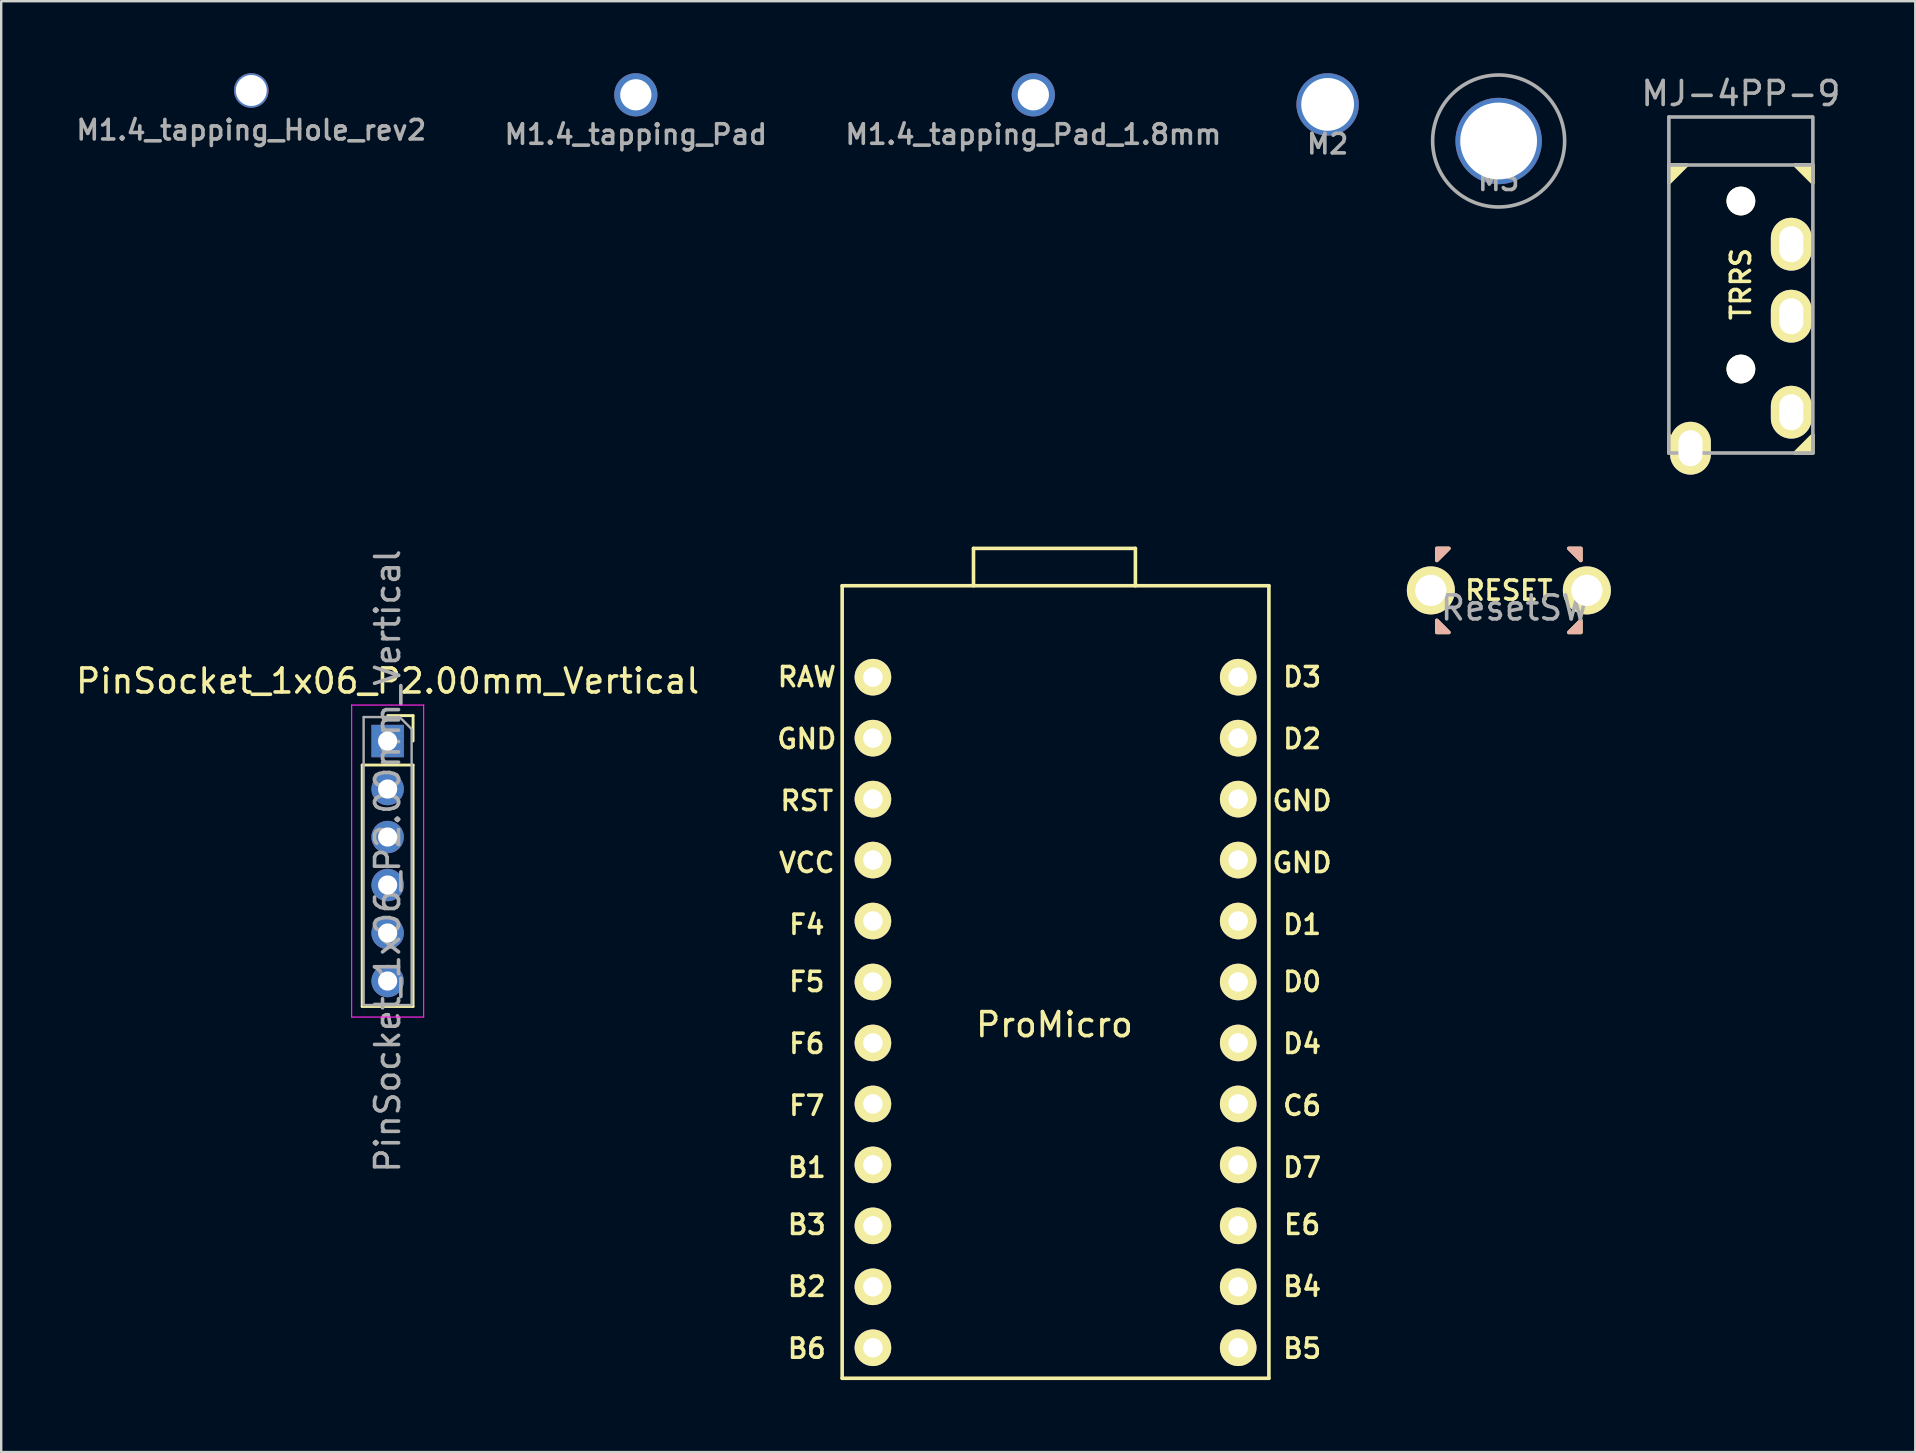
<source format=kicad_pcb>
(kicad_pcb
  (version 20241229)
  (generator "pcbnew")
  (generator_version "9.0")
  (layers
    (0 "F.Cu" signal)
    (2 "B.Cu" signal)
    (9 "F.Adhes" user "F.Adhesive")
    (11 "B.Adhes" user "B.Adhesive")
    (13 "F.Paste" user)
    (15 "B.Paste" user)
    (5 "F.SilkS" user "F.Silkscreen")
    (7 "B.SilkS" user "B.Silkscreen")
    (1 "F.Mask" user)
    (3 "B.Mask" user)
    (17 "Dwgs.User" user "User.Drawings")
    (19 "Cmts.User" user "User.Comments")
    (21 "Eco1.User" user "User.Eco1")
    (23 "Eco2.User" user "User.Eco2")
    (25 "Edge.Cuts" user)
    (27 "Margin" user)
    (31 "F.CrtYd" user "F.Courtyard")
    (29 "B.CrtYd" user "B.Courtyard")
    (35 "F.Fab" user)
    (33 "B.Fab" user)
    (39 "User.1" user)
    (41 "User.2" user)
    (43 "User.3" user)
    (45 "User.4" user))
  (footprint "M2"
    (layer "F.Cu")
    (at 52.267 1.3)
    (property "Reference" "M2" (at 0 1.651 0) (layer "F.Fab") (effects (font (size 0.813 0.813) (thickness 0.15))))
    (attr through_hole)
    (pad "" np_thru_hole circle (at 0 0) (size 2.6 2.6) (drill 2.2) (layers "*.Cu" "*.Mask")))
  (footprint "M1.4_tapping_Pad_1.8mm"
    (layer "F.Cu")
    (at 40.005 0.9)
    (property "Reference" "M1.4_tapping_Pad_1.8mm" (at 0 1.651 0) (layer "F.Fab") (effects (font (size 0.813 0.813) (thickness 0.15))))
    (attr through_hole)
    (pad "" thru_hole circle (at 0 0) (size 1.8 1.8) (drill 1.3) (layers "*.Cu" "*.Mask")))
  (footprint "ProMicro"
    (layer "F.Cu")
    (at 40.885 39.644)
    (property "Reference" "ProMicro" (at 0 0 0) (layer "F.SilkS") (effects (font (size 1 1) (thickness 0.15))))
    (attr through_hole)
    (fp_line (start -8.845 -18.288) (end 8.935 -18.288) (stroke (width 0.15) (type solid)) (layer "F.SilkS"))
    (fp_line (start -8.845 14.732) (end -8.845 -18.288) (stroke (width 0.15) (type solid)) (layer "F.SilkS"))
    (fp_line (start -3.373 -19.844) (end 3.373 -19.844) (stroke (width 0.15) (type solid)) (layer "F.SilkS"))
    (fp_line (start -3.373 -18.288) (end -3.373 -19.844) (stroke (width 0.15) (type solid)) (layer "F.SilkS"))
    (fp_line (start 3.373 -19.844) (end 3.373 -18.288) (stroke (width 0.15) (type solid)) (layer "F.SilkS"))
    (fp_line (start 8.935 -18.288) (end 8.935 14.732) (stroke (width 0.15) (type solid)) (layer "F.SilkS"))
    (fp_line (start 8.935 14.732) (end -8.845 14.732) (stroke (width 0.15) (type solid)) (layer "F.SilkS"))
    (fp_text user "B5" (at 10.319 13.494 0) (layer "F.SilkS") (effects (font (size 0.8 0.8) (thickness 0.15))))
    (fp_text user "F7" (at -10.319 3.373 0) (layer "F.SilkS") (effects (font (size 0.8 0.8) (thickness 0.15))))
    (fp_text user "F5" (at -10.319 -1.786 0) (layer "F.SilkS") (effects (font (size 0.8 0.8) (thickness 0.15))))
    (fp_text user "B1" (at -10.319 5.953 0) (layer "F.SilkS") (effects (font (size 0.8 0.8) (thickness 0.15))))
    (fp_text user "B6" (at -10.319 13.494 0) (layer "F.SilkS") (effects (font (size 0.8 0.8) (thickness 0.15))))
    (fp_text user "RST" (at -10.319 -9.327 0) (layer "F.SilkS") (effects (font (size 0.8 0.8) (thickness 0.15))))
    (fp_text user "GND" (at 10.319 -9.327 0) (layer "F.SilkS") (effects (font (size 0.8 0.8) (thickness 0.15))))
    (fp_text user "D1" (at 10.319 -4.167 0) (layer "F.SilkS") (effects (font (size 0.8 0.8) (thickness 0.15))))
    (fp_text user "B2" (at -10.319 10.914 0) (layer "F.SilkS") (effects (font (size 0.8 0.8) (thickness 0.15))))
    (fp_text user "RAW" (at -10.319 -14.486 0) (layer "F.SilkS") (effects (font (size 0.8 0.8) (thickness 0.15))))
    (fp_text user "D3" (at 10.319 -14.486 0) (layer "F.SilkS") (effects (font (size 0.8 0.8) (thickness 0.15))))
    (fp_text user "GND" (at 10.319 -6.747 0) (layer "F.SilkS") (effects (font (size 0.8 0.8) (thickness 0.15))))
    (fp_text user "F6" (at -10.319 0.794 0) (layer "F.SilkS") (effects (font (size 0.8 0.8) (thickness 0.15))))
    (fp_text user "C6" (at 10.319 3.373 0) (layer "F.SilkS") (effects (font (size 0.8 0.8) (thickness 0.15))))
    (fp_text user "D7" (at 10.319 5.953 0) (layer "F.SilkS") (effects (font (size 0.8 0.8) (thickness 0.15))))
    (fp_text user "E6" (at 10.319 8.334 0) (layer "F.SilkS") (effects (font (size 0.8 0.8) (thickness 0.15))))
    (fp_text user "" (at -0.5 -17.25 0) (layer "F.SilkS") (effects (font (size 1 1) (thickness 0.15))))
    (fp_text user "GND" (at -10.319 -11.906 0) (layer "F.SilkS") (effects (font (size 0.8 0.8) (thickness 0.15))))
    (fp_text user "D0" (at 10.319 -1.786 0) (layer "F.SilkS") (effects (font (size 0.8 0.8) (thickness 0.15))))
    (fp_text user "B4" (at 10.319 10.914 0) (layer "F.SilkS") (effects (font (size 0.8 0.8) (thickness 0.15))))
    (fp_text user "VCC" (at -10.319 -6.747 0) (layer "F.SilkS") (effects (font (size 0.8 0.8) (thickness 0.15))))
    (fp_text user "D4" (at 10.319 0.794 0) (layer "F.SilkS") (effects (font (size 0.8 0.8) (thickness 0.15))))
    (fp_text user "D2" (at 10.319 -11.906 0) (layer "F.SilkS") (effects (font (size 0.8 0.8) (thickness 0.15))))
    (fp_text user "B3" (at -10.319 8.334 0) (layer "F.SilkS") (effects (font (size 0.8 0.8) (thickness 0.15))))
    (fp_text user "F4" (at -10.319 -4.167 0) (layer "F.SilkS") (effects (font (size 0.8 0.8) (thickness 0.15))))
    (fp_text user "" (at -1.206 -16.256 0) (layer "B.SilkS") (effects (font (size 1 1) (thickness 0.15)) (justify mirror)))
    (pad "1" thru_hole circle (at 7.656 -14.478) (size 1.524 1.524) (drill 0.813) (layers "*.Cu" "*.Mask" "F.SilkS"))
    (pad "2" thru_hole circle (at 7.656 -11.938) (size 1.524 1.524) (drill 0.813) (layers "*.Cu" "*.Mask" "F.SilkS"))
    (pad "3" thru_hole circle (at 7.656 -9.398) (size 1.524 1.524) (drill 0.813) (layers "*.Cu" "*.Mask" "F.SilkS"))
    (pad "4" thru_hole circle (at 7.656 -6.858) (size 1.524 1.524) (drill 0.813) (layers "*.Cu" "*.Mask" "F.SilkS"))
    (pad "5" thru_hole circle (at 7.656 -4.318) (size 1.524 1.524) (drill 0.813) (layers "*.Cu" "*.Mask" "F.SilkS"))
    (pad "6" thru_hole circle (at 7.656 -1.778) (size 1.524 1.524) (drill 0.813) (layers "*.Cu" "*.Mask" "F.SilkS"))
    (pad "7" thru_hole circle (at 7.656 0.762) (size 1.524 1.524) (drill 0.813) (layers "*.Cu" "*.Mask" "F.SilkS"))
    (pad "8" thru_hole circle (at 7.656 3.302) (size 1.524 1.524) (drill 0.813) (layers "*.Cu" "*.Mask" "F.SilkS"))
    (pad "9" thru_hole circle (at 7.656 5.842) (size 1.524 1.524) (drill 0.813) (layers "*.Cu" "*.Mask" "F.SilkS"))
    (pad "10" thru_hole circle (at 7.656 8.382) (size 1.524 1.524) (drill 0.813) (layers "*.Cu" "*.Mask" "F.SilkS"))
    (pad "11" thru_hole circle (at 7.656 10.922) (size 1.524 1.524) (drill 0.813) (layers "*.Cu" "*.Mask" "F.SilkS"))
    (pad "12" thru_hole circle (at 7.656 13.462) (size 1.524 1.524) (drill 0.813) (layers "*.Cu" "*.Mask" "F.SilkS"))
    (pad "13" thru_hole circle (at -7.564 13.462) (size 1.524 1.524) (drill 0.813) (layers "*.Cu" "*.Mask" "F.SilkS"))
    (pad "14" thru_hole circle (at -7.564 10.922) (size 1.524 1.524) (drill 0.813) (layers "*.Cu" "*.Mask" "F.SilkS"))
    (pad "15" thru_hole circle (at -7.564 8.382) (size 1.524 1.524) (drill 0.813) (layers "*.Cu" "*.Mask" "F.SilkS"))
    (pad "16" thru_hole circle (at -7.564 5.842) (size 1.524 1.524) (drill 0.813) (layers "*.Cu" "*.Mask" "F.SilkS"))
    (pad "17" thru_hole circle (at -7.564 3.302) (size 1.524 1.524) (drill 0.813) (layers "*.Cu" "*.Mask" "F.SilkS"))
    (pad "18" thru_hole circle (at -7.564 0.762) (size 1.524 1.524) (drill 0.813) (layers "*.Cu" "*.Mask" "F.SilkS"))
    (pad "19" thru_hole circle (at -7.564 -1.778) (size 1.524 1.524) (drill 0.813) (layers "*.Cu" "*.Mask" "F.SilkS"))
    (pad "20" thru_hole circle (at -7.564 -4.318) (size 1.524 1.524) (drill 0.813) (layers "*.Cu" "*.Mask" "F.SilkS"))
    (pad "21" thru_hole circle (at -7.564 -6.858) (size 1.524 1.524) (drill 0.813) (layers "*.Cu" "*.Mask" "F.SilkS"))
    (pad "22" thru_hole circle (at -7.564 -9.398) (size 1.524 1.524) (drill 0.813) (layers "*.Cu" "*.Mask" "F.SilkS"))
    (pad "23" thru_hole circle (at -7.564 -11.938) (size 1.524 1.524) (drill 0.813) (layers "*.Cu" "*.Mask" "F.SilkS"))
    (pad "24" thru_hole circle (at -7.564 -14.478) (size 1.524 1.524) (drill 0.813) (layers "*.Cu" "*.Mask" "F.SilkS")))
  (footprint "M1.4_tapping_Pad"
    (layer "F.Cu")
    (at 23.442 0.9)
    (property "Reference" "M1.4_tapping_Pad" (at 0 1.651 0) (layer "F.Fab") (effects (font (size 0.813 0.813) (thickness 0.15))))
    (attr through_hole)
    (pad "" thru_hole circle (at 0 0) (size 1.8 1.8) (drill 1.3) (layers "*.Cu" "*.Mask")))
  (footprint "PinSocket_1x06_P2.00mm_Vertical"
    (layer "F.Cu")
    (at 13.101 27.826)
    (property "Reference" "PinSocket_1x06_P2.00mm_Vertical" (at 0 -2.5 0) (layer "F.SilkS") (effects (font (size 1 1) (thickness 0.15))))
    (attr through_hole)
    (fp_line (start -1.06 1) (end -1.06 11.06) (stroke (width 0.12) (type solid)) (layer "F.SilkS"))
    (fp_line (start -1.06 1) (end 1.06 1) (stroke (width 0.12) (type solid)) (layer "F.SilkS"))
    (fp_line (start -1.06 11.06) (end 1.06 11.06) (stroke (width 0.12) (type solid)) (layer "F.SilkS"))
    (fp_line (start 0 -1.06) (end 1.06 -1.06) (stroke (width 0.12) (type solid)) (layer "F.SilkS"))
    (fp_line (start 1.06 -1.06) (end 1.06 0) (stroke (width 0.12) (type solid)) (layer "F.SilkS"))
    (fp_line (start 1.06 1) (end 1.06 11.06) (stroke (width 0.12) (type solid)) (layer "F.SilkS"))
    (fp_line (start -1.5 -1.5) (end 1.5 -1.5) (stroke (width 0.05) (type solid)) (layer "F.CrtYd"))
    (fp_line (start -1.5 11.5) (end -1.5 -1.5) (stroke (width 0.05) (type solid)) (layer "F.CrtYd"))
    (fp_line (start 1.5 -1.5) (end 1.5 11.5) (stroke (width 0.05) (type solid)) (layer "F.CrtYd"))
    (fp_line (start 1.5 11.5) (end -1.5 11.5) (stroke (width 0.05) (type solid)) (layer "F.CrtYd"))
    (fp_line (start -1 -1) (end 0.5 -1) (stroke (width 0.1) (type solid)) (layer "F.Fab"))
    (fp_line (start -1 11) (end -1 -1) (stroke (width 0.1) (type solid)) (layer "F.Fab"))
    (fp_line (start 0.5 -1) (end 1 -0.5) (stroke (width 0.1) (type solid)) (layer "F.Fab"))
    (fp_line (start 1 -0.5) (end 1 11) (stroke (width 0.1) (type solid)) (layer "F.Fab"))
    (fp_line (start 1 11) (end -1 11) (stroke (width 0.1) (type solid)) (layer "F.Fab"))
    (fp_text user "${REFERENCE}" (at 0 5 90) (layer "F.Fab") (effects (font (size 1 1) (thickness 0.15))))
    (pad "1" thru_hole rect (at 0 0) (size 1.35 1.35) (drill 0.8) (layers "*.Cu" "*.Mask"))
    (pad "2" thru_hole oval (at 0 2) (size 1.35 1.35) (drill 0.8) (layers "*.Cu" "*.Mask"))
    (pad "3" thru_hole oval (at 0 4) (size 1.35 1.35) (drill 0.8) (layers "*.Cu" "*.Mask"))
    (pad "4" thru_hole oval (at 0 6) (size 1.35 1.35) (drill 0.8) (layers "*.Cu" "*.Mask"))
    (pad "5" thru_hole oval (at 0 8) (size 1.35 1.35) (drill 0.8) (layers "*.Cu" "*.Mask"))
    (pad "6" thru_hole oval (at 0 10) (size 1.35 1.35) (drill 0.8) (layers "*.Cu" "*.Mask")))
  (footprint "ResetSW"
    (layer "F.Cu")
    (at 59.818 21.55)
    (property "Reference" "ResetSW" (at 0.265 0.73 0) (layer "F.Fab") (effects (font (size 1 1) (thickness 0.15))))
    (attr through_hole)
    (fp_poly (pts (xy -3 -1.25) (xy -3 -1.75) (xy -2.5 -1.75)) (stroke (width 0.15) (type solid)) (fill yes) (layer "F.SilkS"))
    (fp_poly (pts (xy -2.5 1.75) (xy -3 1.75) (xy -3 1.25)) (stroke (width 0.15) (type solid)) (fill yes) (layer "F.SilkS"))
    (fp_poly (pts (xy 2.5 -1.75) (xy 3 -1.75) (xy 3 -1.25)) (stroke (width 0.15) (type solid)) (fill yes) (layer "F.SilkS"))
    (fp_poly (pts (xy 3 1.25) (xy 3 1.75) (xy 2.5 1.75)) (stroke (width 0.15) (type solid)) (fill yes) (layer "F.SilkS"))
    (fp_poly (pts (xy -3 -1.25) (xy -3 -1.75) (xy -2.5 -1.75)) (stroke (width 0.15) (type solid)) (fill yes) (layer "B.SilkS"))
    (fp_poly (pts (xy -2.5 1.75) (xy -3 1.75) (xy -3 1.25)) (stroke (width 0.15) (type solid)) (fill yes) (layer "B.SilkS"))
    (fp_poly (pts (xy 2.5 -1.75) (xy 3 -1.75) (xy 3 -1.25)) (stroke (width 0.15) (type solid)) (fill yes) (layer "B.SilkS"))
    (fp_poly (pts (xy 3 1.25) (xy 3 1.75) (xy 2.5 1.75)) (stroke (width 0.15) (type solid)) (fill yes) (layer "B.SilkS"))
    (fp_text user "RESET" (at 0 0 0) (layer "F.SilkS") (effects (font (size 0.8 0.8) (thickness 0.15))))
    (pad "1" thru_hole circle (at 3.25 0) (size 2 2) (drill 1.3) (layers "*.Cu" "*.Mask" "F.SilkS"))
    (pad "2" thru_hole circle (at -3.25 0) (size 2 2) (drill 1.3) (layers "*.Cu" "*.Mask" "F.SilkS")))
  (footprint "M1.4_tapping_Hole_rev2"
    (layer "F.Cu")
    (at 7.42 0.72)
    (property "Reference" "M1.4_tapping_Hole_rev2" (at 0 1.651 0) (layer "F.Fab") (effects (font (size 0.813 0.813) (thickness 0.15))))
    (attr through_hole)
    (pad "" thru_hole circle (at 0 0) (size 1.44 1.44) (drill 1.29) (layers "*.Cu" "*.Mask")))
  (footprint "M3"
    (layer "F.Cu")
    (at 59.392 2.825)
    (property "Reference" "M3" (at 0 1.651 0) (layer "F.Fab") (effects (font (size 0.813 0.813) (thickness 0.15))))
    (attr through_hole)
    (fp_circle (center 0 0) (end 2.75 0) (stroke (width 0.15) (type solid)) (fill no) (layer "F.Fab"))
    (pad "" thru_hole circle (at 0 0) (size 3.6 3.6) (drill 3.2) (layers "*.Cu" "*.Mask")))
  (footprint "MJ-4PP-9"
    (layer "F.Cu")
    (at 69.485 3.825)
    (property "Reference" "MJ-4PP-9" (at 0 -2.977 0) (layer "F.Fab") (effects (font (size 1 1) (thickness 0.15))))
    (attr through_hole)
    (fp_poly (pts (xy -3 0) (xy -3 0.75) (xy -2.25 0)) (stroke (width 0.15) (type solid)) (fill yes) (layer "F.SilkS"))
    (fp_poly (pts (xy -3 11.25) (xy -3 12) (xy -2.25 12)) (stroke (width 0.15) (type solid)) (fill yes) (layer "F.SilkS"))
    (fp_poly (pts (xy 2.25 0) (xy 3 0.75) (xy 3 0)) (stroke (width 0.15) (type solid)) (fill yes) (layer "F.SilkS"))
    (fp_poly (pts (xy 2.25 12) (xy 3 12) (xy 3 11.25)) (stroke (width 0.15) (type solid)) (fill yes) (layer "F.SilkS"))
    (fp_line (start -3 -2) (end 2.95 -2) (stroke (width 0.15) (type solid)) (layer "F.Fab"))
    (fp_line (start -3 0) (end -3 -2) (stroke (width 0.15) (type solid)) (layer "F.Fab"))
    (fp_line (start -3 0) (end 3 0) (stroke (width 0.15) (type solid)) (layer "F.Fab"))
    (fp_line (start -3 12) (end -3 0) (stroke (width 0.15) (type solid)) (layer "F.Fab"))
    (fp_line (start 3 -2) (end 3 0) (stroke (width 0.15) (type solid)) (layer "F.Fab"))
    (fp_line (start 3 0) (end 3 12) (stroke (width 0.15) (type solid)) (layer "F.Fab"))
    (fp_line (start 3 12) (end -3 12) (stroke (width 0.15) (type solid)) (layer "F.Fab"))
    (fp_text user "TRRS" (at 0 4.961 90) (layer "F.SilkS") (effects (font (size 0.8 0.8) (thickness 0.15))))
    (pad "" np_thru_hole circle (at 0 1.5) (size 1.2 1.2) (drill 1.2) (layers "*.Cu" "*.Mask" "F.SilkS"))
    (pad "" np_thru_hole circle (at 0 8.5) (size 1.2 1.2) (drill 1.2) (layers "*.Cu" "*.Mask" "F.SilkS"))
    (pad "A" thru_hole oval (at -2.1 11.8) (size 1.7 2.2) (drill oval 1 1.5) (layers "*.Cu" "*.Mask" "F.SilkS"))
    (pad "B" thru_hole oval (at 2.1 3.3) (size 1.7 2.2) (drill oval 1 1.5) (layers "*.Cu" "*.Mask" "F.SilkS"))
    (pad "C" thru_hole oval (at 2.1 6.3) (size 1.7 2.2) (drill oval 1 1.5) (layers "*.Cu" "*.Mask" "F.SilkS"))
    (pad "D" thru_hole oval (at 2.1 10.3) (size 1.7 2.2) (drill oval 1 1.5) (layers "*.Cu" "*.Mask" "F.SilkS")))
  (gr_rect
    (start -3 -3)
    (end 76.752 57.451)
    (stroke (width 0.1) (type default))
    (fill no)
    (layer "Edge.Cuts")))
</source>
